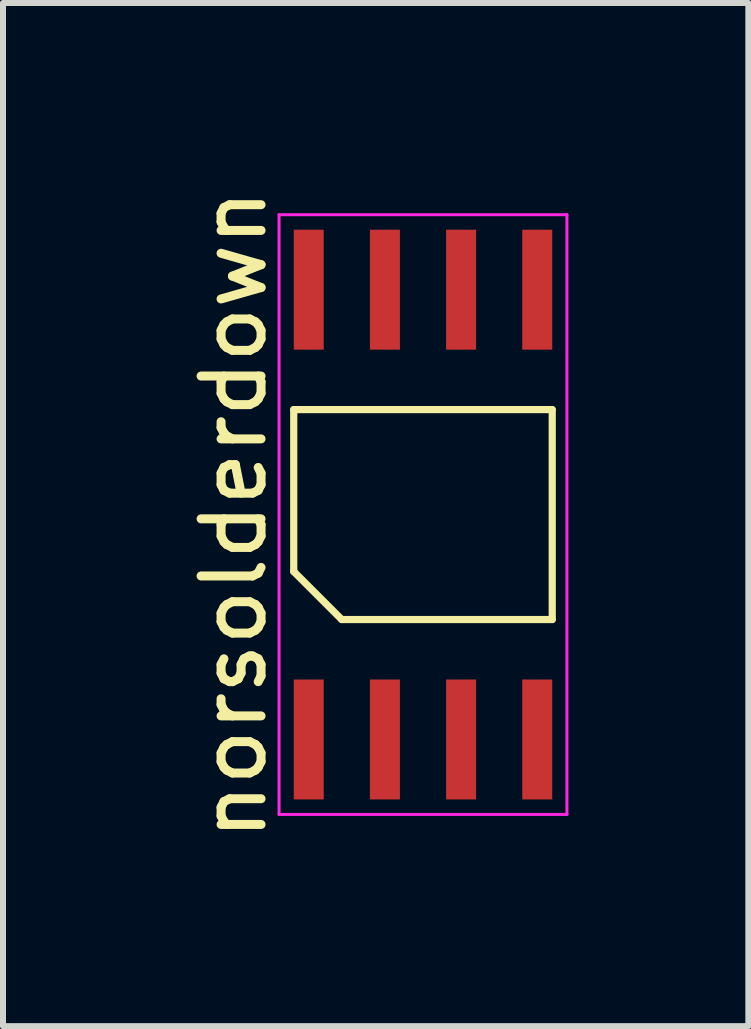
<source format=kicad_pcb>
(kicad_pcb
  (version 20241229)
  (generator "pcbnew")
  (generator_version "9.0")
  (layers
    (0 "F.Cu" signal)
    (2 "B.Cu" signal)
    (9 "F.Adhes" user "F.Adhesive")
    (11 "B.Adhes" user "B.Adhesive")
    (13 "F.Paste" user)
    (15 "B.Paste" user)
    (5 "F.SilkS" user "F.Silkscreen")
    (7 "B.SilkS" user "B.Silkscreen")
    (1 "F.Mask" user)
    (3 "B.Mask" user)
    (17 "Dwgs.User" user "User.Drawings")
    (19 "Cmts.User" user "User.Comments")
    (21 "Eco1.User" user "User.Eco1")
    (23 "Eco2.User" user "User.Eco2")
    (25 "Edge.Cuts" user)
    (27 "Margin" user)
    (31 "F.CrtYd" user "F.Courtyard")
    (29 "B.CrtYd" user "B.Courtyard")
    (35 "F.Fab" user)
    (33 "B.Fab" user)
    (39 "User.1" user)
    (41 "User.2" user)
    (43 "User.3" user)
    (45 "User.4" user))
  (footprint "norsolderdown"
    (layer "F.Cu")
    (at 4.003 5.53)
    (property "Reference" "norsolderdown" (at -3.155 0 90) (layer "F.SilkS") (effects (font (size 1 1) (thickness 0.15))))
    (attr smd)
    (fp_line (start -2.155 -1.75) (end 2.155 -1.75) (stroke (width 0.12) (type solid)) (layer "F.SilkS"))
    (fp_line (start -2.155 0.95) (end -2.155 -1.75) (stroke (width 0.12) (type solid)) (layer "F.SilkS"))
    (fp_line (start -1.355 1.75) (end -2.155 0.95) (stroke (width 0.12) (type solid)) (layer "F.SilkS"))
    (fp_line (start 2.155 -1.75) (end 2.155 1.75) (stroke (width 0.12) (type solid)) (layer "F.SilkS"))
    (fp_line (start 2.155 1.75) (end -1.355 1.75) (stroke (width 0.12) (type solid)) (layer "F.SilkS"))
    (fp_line (start -2.4 -5) (end 2.4 -5) (stroke (width 0.05) (type solid)) (layer "F.CrtYd"))
    (fp_line (start -2.4 5) (end -2.4 -5) (stroke (width 0.05) (type solid)) (layer "F.CrtYd"))
    (fp_line (start 2.4 -5) (end 2.4 5) (stroke (width 0.05) (type solid)) (layer "F.CrtYd"))
    (fp_line (start 2.4 5) (end -2.4 5) (stroke (width 0.05) (type solid)) (layer "F.CrtYd"))
    (pad "1" smd rect (at -1.905 3.75) (size 0.5 2) (layers "F.Cu" "F.Mask" "F.Paste"))
    (pad "2" smd rect (at -0.635 3.75) (size 0.5 2) (layers "F.Cu" "F.Mask" "F.Paste"))
    (pad "3" smd rect (at 0.635 3.75) (size 0.5 2) (layers "F.Cu" "F.Mask" "F.Paste"))
    (pad "4" smd rect (at 1.905 3.75) (size 0.5 2) (layers "F.Cu" "F.Mask" "F.Paste"))
    (pad "5" smd rect (at 1.905 -3.75) (size 0.5 2) (layers "F.Cu" "F.Mask" "F.Paste"))
    (pad "6" smd rect (at 0.635 -3.75) (size 0.5 2) (layers "F.Cu" "F.Mask" "F.Paste"))
    (pad "7" smd rect (at -0.635 -3.75) (size 0.5 2) (layers "F.Cu" "F.Mask" "F.Paste"))
    (pad "8" smd rect (at -1.905 -3.75) (size 0.5 2) (layers "F.Cu" "F.Mask" "F.Paste")))
  (gr_rect
    (start -3 -3)
    (end 9.428 14.06)
    (stroke (width 0.1) (type default))
    (fill no)
    (layer "Edge.Cuts")))
</source>
